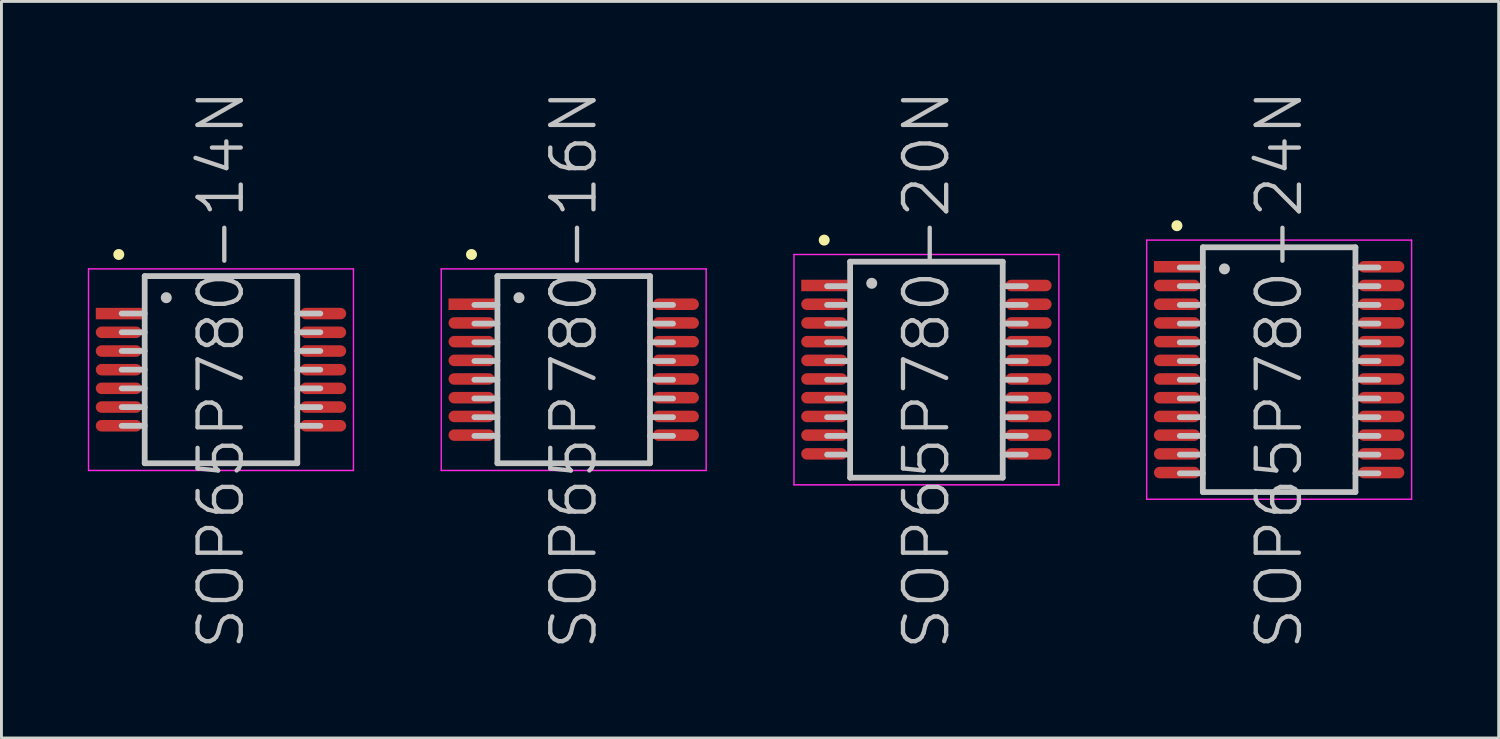
<source format=kicad_pcb>
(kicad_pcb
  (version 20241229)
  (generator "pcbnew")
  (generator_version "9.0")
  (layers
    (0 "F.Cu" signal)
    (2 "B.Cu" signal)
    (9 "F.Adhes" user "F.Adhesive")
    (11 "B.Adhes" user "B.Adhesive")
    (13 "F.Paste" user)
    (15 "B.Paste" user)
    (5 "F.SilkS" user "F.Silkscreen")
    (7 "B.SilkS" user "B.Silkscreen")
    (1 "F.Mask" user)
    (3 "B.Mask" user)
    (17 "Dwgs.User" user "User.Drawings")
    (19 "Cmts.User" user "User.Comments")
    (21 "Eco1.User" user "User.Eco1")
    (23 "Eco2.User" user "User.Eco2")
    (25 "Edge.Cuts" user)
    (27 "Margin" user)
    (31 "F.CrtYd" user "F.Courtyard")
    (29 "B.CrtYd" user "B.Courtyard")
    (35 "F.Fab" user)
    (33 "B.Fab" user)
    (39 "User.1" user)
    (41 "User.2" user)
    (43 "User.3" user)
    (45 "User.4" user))
  (footprint "SOP65P780-20N"
    (layer "F.Cu")
    (at 29.125 9.789)
    (property "Reference" "SOP65P780-20N" (at 0 0 90) (layer "Dwgs.User") (effects (font (size 1.5 1.5) (thickness 0.15))))
    (attr smd)
    (fp_line (start -3.55 -4.5) (end -3.55 -4.5) (stroke (width 0.381) (type solid)) (layer "F.SilkS"))
    (fp_line (start -2.65 -3.75) (end -2.65 3.75) (stroke (width 0.2) (type solid)) (layer "Dwgs.User"))
    (fp_line (start -2.65 -3.75) (end 2.65 -3.75) (stroke (width 0.2) (type solid)) (layer "Dwgs.User"))
    (fp_line (start -2.65 -2.9) (end -3.45 -2.9) (stroke (width 0.2) (type solid)) (layer "Dwgs.User"))
    (fp_line (start -2.65 -2.25) (end -3.45 -2.25) (stroke (width 0.2) (type solid)) (layer "Dwgs.User"))
    (fp_line (start -2.65 -1.6) (end -3.45 -1.6) (stroke (width 0.2) (type solid)) (layer "Dwgs.User"))
    (fp_line (start -2.65 -0.95) (end -3.45 -0.95) (stroke (width 0.2) (type solid)) (layer "Dwgs.User"))
    (fp_line (start -2.65 -0.3) (end -3.45 -0.3) (stroke (width 0.2) (type solid)) (layer "Dwgs.User"))
    (fp_line (start -2.65 0.35) (end -3.45 0.35) (stroke (width 0.2) (type solid)) (layer "Dwgs.User"))
    (fp_line (start -2.65 1) (end -3.45 1) (stroke (width 0.2) (type solid)) (layer "Dwgs.User"))
    (fp_line (start -2.65 1.65) (end -3.45 1.65) (stroke (width 0.2) (type solid)) (layer "Dwgs.User"))
    (fp_line (start -2.65 2.3) (end -3.45 2.3) (stroke (width 0.2) (type solid)) (layer "Dwgs.User"))
    (fp_line (start -2.65 2.95) (end -3.45 2.95) (stroke (width 0.2) (type solid)) (layer "Dwgs.User"))
    (fp_line (start -2.65 3.75) (end 2.65 3.75) (stroke (width 0.2) (type solid)) (layer "Dwgs.User"))
    (fp_line (start -1.9 -3) (end -1.9 -3) (stroke (width 0.381) (type solid)) (layer "Dwgs.User"))
    (fp_line (start 2.65 -3.75) (end 2.65 3.75) (stroke (width 0.2) (type solid)) (layer "Dwgs.User"))
    (fp_line (start 3.45 -2.9) (end 2.65 -2.9) (stroke (width 0.2) (type solid)) (layer "Dwgs.User"))
    (fp_line (start 3.45 -2.25) (end 2.65 -2.25) (stroke (width 0.2) (type solid)) (layer "Dwgs.User"))
    (fp_line (start 3.45 -1.6) (end 2.65 -1.6) (stroke (width 0.2) (type solid)) (layer "Dwgs.User"))
    (fp_line (start 3.45 -0.95) (end 2.65 -0.95) (stroke (width 0.2) (type solid)) (layer "Dwgs.User"))
    (fp_line (start 3.45 -0.3) (end 2.65 -0.3) (stroke (width 0.2) (type solid)) (layer "Dwgs.User"))
    (fp_line (start 3.45 0.35) (end 2.65 0.35) (stroke (width 0.2) (type solid)) (layer "Dwgs.User"))
    (fp_line (start 3.45 1) (end 2.65 1) (stroke (width 0.2) (type solid)) (layer "Dwgs.User"))
    (fp_line (start 3.45 1.65) (end 2.65 1.65) (stroke (width 0.2) (type solid)) (layer "Dwgs.User"))
    (fp_line (start 3.45 2.3) (end 2.65 2.3) (stroke (width 0.2) (type solid)) (layer "Dwgs.User"))
    (fp_line (start 3.45 2.95) (end 2.65 2.95) (stroke (width 0.2) (type solid)) (layer "Dwgs.User"))
    (fp_line (start -4.6 -4) (end -4.6 4) (stroke (width 0.05) (type solid)) (layer "F.CrtYd"))
    (fp_line (start -4.6 -4) (end 4.6 -4) (stroke (width 0.05) (type solid)) (layer "F.CrtYd"))
    (fp_line (start -4.6 4) (end 4.6 4) (stroke (width 0.05) (type solid)) (layer "F.CrtYd"))
    (fp_line (start 4.6 -4) (end 4.6 4) (stroke (width 0.05) (type solid)) (layer "F.CrtYd"))
    (pad "1" smd rect (at -3.548 -2.924 90) (size 0.4 1.6) (layers "F.Cu" "F.Mask" "F.Paste"))
    (pad "2" smd oval (at -3.548 -2.273 90) (size 0.4 1.6) (layers "F.Cu" "F.Mask" "F.Paste"))
    (pad "3" smd oval (at -3.548 -1.623 90) (size 0.4 1.6) (layers "F.Cu" "F.Mask" "F.Paste"))
    (pad "4" smd oval (at -3.548 -0.973 90) (size 0.4 1.6) (layers "F.Cu" "F.Mask" "F.Paste"))
    (pad "5" smd oval (at -3.548 -0.323 90) (size 0.4 1.6) (layers "F.Cu" "F.Mask" "F.Paste"))
    (pad "6" smd oval (at -3.548 0.323 90) (size 0.4 1.6) (layers "F.Cu" "F.Mask" "F.Paste"))
    (pad "7" smd oval (at -3.548 0.973 90) (size 0.4 1.6) (layers "F.Cu" "F.Mask" "F.Paste"))
    (pad "8" smd oval (at -3.548 1.623 90) (size 0.4 1.6) (layers "F.Cu" "F.Mask" "F.Paste"))
    (pad "9" smd oval (at -3.548 2.273 90) (size 0.4 1.6) (layers "F.Cu" "F.Mask" "F.Paste"))
    (pad "10" smd oval (at -3.548 2.924 90) (size 0.4 1.6) (layers "F.Cu" "F.Mask" "F.Paste"))
    (pad "11" smd oval (at 3.548 2.924 270) (size 0.4 1.6) (layers "F.Cu" "F.Mask" "F.Paste"))
    (pad "12" smd oval (at 3.548 2.273 270) (size 0.4 1.6) (layers "F.Cu" "F.Mask" "F.Paste"))
    (pad "13" smd oval (at 3.548 1.623 270) (size 0.4 1.6) (layers "F.Cu" "F.Mask" "F.Paste"))
    (pad "14" smd oval (at 3.548 0.973 270) (size 0.4 1.6) (layers "F.Cu" "F.Mask" "F.Paste"))
    (pad "15" smd oval (at 3.548 0.323 270) (size 0.4 1.6) (layers "F.Cu" "F.Mask" "F.Paste"))
    (pad "16" smd oval (at 3.548 -0.323 270) (size 0.4 1.6) (layers "F.Cu" "F.Mask" "F.Paste"))
    (pad "17" smd oval (at 3.548 -0.973 270) (size 0.4 1.6) (layers "F.Cu" "F.Mask" "F.Paste"))
    (pad "18" smd oval (at 3.548 -1.623 270) (size 0.4 1.6) (layers "F.Cu" "F.Mask" "F.Paste"))
    (pad "19" smd oval (at 3.548 -2.273 270) (size 0.4 1.6) (layers "F.Cu" "F.Mask" "F.Paste"))
    (pad "20" smd oval (at 3.548 -2.924 270) (size 0.4 1.6) (layers "F.Cu" "F.Mask" "F.Paste")))
  (footprint "SOP65P780-14N"
    (layer "F.Cu")
    (at 4.625 9.789)
    (property "Reference" "SOP65P780-14N" (at 0 0 90) (layer "Dwgs.User") (effects (font (size 1.5 1.5) (thickness 0.15))))
    (attr smd)
    (fp_line (start -3.55 -4) (end -3.55 -4) (stroke (width 0.381) (type solid)) (layer "F.SilkS"))
    (fp_line (start -2.65 -3.25) (end -2.65 3.25) (stroke (width 0.2) (type solid)) (layer "Dwgs.User"))
    (fp_line (start -2.65 -3.25) (end 2.65 -3.25) (stroke (width 0.2) (type solid)) (layer "Dwgs.User"))
    (fp_line (start -2.65 -1.95) (end -3.45 -1.95) (stroke (width 0.2) (type solid)) (layer "Dwgs.User"))
    (fp_line (start -2.65 -1.3) (end -3.45 -1.3) (stroke (width 0.2) (type solid)) (layer "Dwgs.User"))
    (fp_line (start -2.65 -0.65) (end -3.45 -0.65) (stroke (width 0.2) (type solid)) (layer "Dwgs.User"))
    (fp_line (start -2.65 0) (end -3.45 0) (stroke (width 0.2) (type solid)) (layer "Dwgs.User"))
    (fp_line (start -2.65 0.65) (end -3.45 0.65) (stroke (width 0.2) (type solid)) (layer "Dwgs.User"))
    (fp_line (start -2.65 1.3) (end -3.45 1.3) (stroke (width 0.2) (type solid)) (layer "Dwgs.User"))
    (fp_line (start -2.65 1.95) (end -3.45 1.95) (stroke (width 0.2) (type solid)) (layer "Dwgs.User"))
    (fp_line (start -2.65 3.25) (end 2.65 3.25) (stroke (width 0.2) (type solid)) (layer "Dwgs.User"))
    (fp_line (start -1.9 -2.5) (end -1.9 -2.5) (stroke (width 0.381) (type solid)) (layer "Dwgs.User"))
    (fp_line (start 2.65 -3.25) (end 2.65 3.25) (stroke (width 0.2) (type solid)) (layer "Dwgs.User"))
    (fp_line (start 3.45 -1.95) (end 2.65 -1.95) (stroke (width 0.2) (type solid)) (layer "Dwgs.User"))
    (fp_line (start 3.45 -1.3) (end 2.65 -1.3) (stroke (width 0.2) (type solid)) (layer "Dwgs.User"))
    (fp_line (start 3.45 -0.65) (end 2.65 -0.65) (stroke (width 0.2) (type solid)) (layer "Dwgs.User"))
    (fp_line (start 3.45 0) (end 2.65 0) (stroke (width 0.2) (type solid)) (layer "Dwgs.User"))
    (fp_line (start 3.45 0.65) (end 2.65 0.65) (stroke (width 0.2) (type solid)) (layer "Dwgs.User"))
    (fp_line (start 3.45 1.3) (end 2.65 1.3) (stroke (width 0.2) (type solid)) (layer "Dwgs.User"))
    (fp_line (start 3.45 1.95) (end 2.65 1.95) (stroke (width 0.2) (type solid)) (layer "Dwgs.User"))
    (fp_line (start -4.6 -3.5) (end -4.6 3.5) (stroke (width 0.05) (type solid)) (layer "F.CrtYd"))
    (fp_line (start -4.6 -3.5) (end 4.6 -3.5) (stroke (width 0.05) (type solid)) (layer "F.CrtYd"))
    (fp_line (start -4.6 3.5) (end 4.6 3.5) (stroke (width 0.05) (type solid)) (layer "F.CrtYd"))
    (fp_line (start 4.6 -3.5) (end 4.6 3.5) (stroke (width 0.05) (type solid)) (layer "F.CrtYd"))
    (pad "1" smd rect (at -3.548 -1.948 90) (size 0.4 1.6) (layers "F.Cu" "F.Mask" "F.Paste"))
    (pad "2" smd oval (at -3.548 -1.298 90) (size 0.4 1.6) (layers "F.Cu" "F.Mask" "F.Paste"))
    (pad "3" smd oval (at -3.548 -0.648 90) (size 0.4 1.6) (layers "F.Cu" "F.Mask" "F.Paste"))
    (pad "4" smd oval (at -3.548 0 90) (size 0.4 1.6) (layers "F.Cu" "F.Mask" "F.Paste"))
    (pad "5" smd oval (at -3.548 0.648 90) (size 0.4 1.6) (layers "F.Cu" "F.Mask" "F.Paste"))
    (pad "6" smd oval (at -3.548 1.298 90) (size 0.4 1.6) (layers "F.Cu" "F.Mask" "F.Paste"))
    (pad "7" smd oval (at -3.548 1.948 90) (size 0.4 1.6) (layers "F.Cu" "F.Mask" "F.Paste"))
    (pad "8" smd oval (at 3.548 1.948 270) (size 0.4 1.6) (layers "F.Cu" "F.Mask" "F.Paste"))
    (pad "9" smd oval (at 3.548 1.298 270) (size 0.4 1.6) (layers "F.Cu" "F.Mask" "F.Paste"))
    (pad "10" smd oval (at 3.548 0.648 270) (size 0.4 1.6) (layers "F.Cu" "F.Mask" "F.Paste"))
    (pad "11" smd oval (at 3.548 0 270) (size 0.4 1.6) (layers "F.Cu" "F.Mask" "F.Paste"))
    (pad "12" smd oval (at 3.548 -0.648 270) (size 0.4 1.6) (layers "F.Cu" "F.Mask" "F.Paste"))
    (pad "13" smd oval (at 3.548 -1.298 270) (size 0.4 1.6) (layers "F.Cu" "F.Mask" "F.Paste"))
    (pad "14" smd oval (at 3.548 -1.948 270) (size 0.4 1.6) (layers "F.Cu" "F.Mask" "F.Paste")))
  (footprint "SOP65P780-24N"
    (layer "F.Cu")
    (at 41.375 9.789)
    (property "Reference" "SOP65P780-24N" (at 0 0 90) (layer "Dwgs.User") (effects (font (size 1.5 1.5) (thickness 0.15))))
    (attr smd)
    (fp_line (start -3.55 -5) (end -3.55 -5) (stroke (width 0.381) (type solid)) (layer "F.SilkS"))
    (fp_line (start -2.65 -4.25) (end -2.65 4.25) (stroke (width 0.2) (type solid)) (layer "Dwgs.User"))
    (fp_line (start -2.65 -4.25) (end 2.65 -4.25) (stroke (width 0.2) (type solid)) (layer "Dwgs.User"))
    (fp_line (start -2.65 -3.55) (end -3.45 -3.55) (stroke (width 0.2) (type solid)) (layer "Dwgs.User"))
    (fp_line (start -2.65 -2.9) (end -3.45 -2.9) (stroke (width 0.2) (type solid)) (layer "Dwgs.User"))
    (fp_line (start -2.65 -2.25) (end -3.45 -2.25) (stroke (width 0.2) (type solid)) (layer "Dwgs.User"))
    (fp_line (start -2.65 -1.6) (end -3.45 -1.6) (stroke (width 0.2) (type solid)) (layer "Dwgs.User"))
    (fp_line (start -2.65 -0.95) (end -3.45 -0.95) (stroke (width 0.2) (type solid)) (layer "Dwgs.User"))
    (fp_line (start -2.65 -0.3) (end -3.45 -0.3) (stroke (width 0.2) (type solid)) (layer "Dwgs.User"))
    (fp_line (start -2.65 0.35) (end -3.45 0.35) (stroke (width 0.2) (type solid)) (layer "Dwgs.User"))
    (fp_line (start -2.65 1) (end -3.45 1) (stroke (width 0.2) (type solid)) (layer "Dwgs.User"))
    (fp_line (start -2.65 1.65) (end -3.45 1.65) (stroke (width 0.2) (type solid)) (layer "Dwgs.User"))
    (fp_line (start -2.65 2.3) (end -3.45 2.3) (stroke (width 0.2) (type solid)) (layer "Dwgs.User"))
    (fp_line (start -2.65 2.95) (end -3.45 2.95) (stroke (width 0.2) (type solid)) (layer "Dwgs.User"))
    (fp_line (start -2.65 3.6) (end -3.45 3.6) (stroke (width 0.2) (type solid)) (layer "Dwgs.User"))
    (fp_line (start -2.65 4.25) (end 2.65 4.25) (stroke (width 0.2) (type solid)) (layer "Dwgs.User"))
    (fp_line (start -1.9 -3.5) (end -1.9 -3.5) (stroke (width 0.381) (type solid)) (layer "Dwgs.User"))
    (fp_line (start 2.65 -4.25) (end 2.65 4.25) (stroke (width 0.2) (type solid)) (layer "Dwgs.User"))
    (fp_line (start 3.45 -3.55) (end 2.65 -3.55) (stroke (width 0.2) (type solid)) (layer "Dwgs.User"))
    (fp_line (start 3.45 -2.9) (end 2.65 -2.9) (stroke (width 0.2) (type solid)) (layer "Dwgs.User"))
    (fp_line (start 3.45 -2.25) (end 2.65 -2.25) (stroke (width 0.2) (type solid)) (layer "Dwgs.User"))
    (fp_line (start 3.45 -1.6) (end 2.65 -1.6) (stroke (width 0.2) (type solid)) (layer "Dwgs.User"))
    (fp_line (start 3.45 -0.95) (end 2.65 -0.95) (stroke (width 0.2) (type solid)) (layer "Dwgs.User"))
    (fp_line (start 3.45 -0.3) (end 2.65 -0.3) (stroke (width 0.2) (type solid)) (layer "Dwgs.User"))
    (fp_line (start 3.45 0.35) (end 2.65 0.35) (stroke (width 0.2) (type solid)) (layer "Dwgs.User"))
    (fp_line (start 3.45 1) (end 2.65 1) (stroke (width 0.2) (type solid)) (layer "Dwgs.User"))
    (fp_line (start 3.45 1.65) (end 2.65 1.65) (stroke (width 0.2) (type solid)) (layer "Dwgs.User"))
    (fp_line (start 3.45 2.3) (end 2.65 2.3) (stroke (width 0.2) (type solid)) (layer "Dwgs.User"))
    (fp_line (start 3.45 2.95) (end 2.65 2.95) (stroke (width 0.2) (type solid)) (layer "Dwgs.User"))
    (fp_line (start 3.45 3.6) (end 2.65 3.6) (stroke (width 0.2) (type solid)) (layer "Dwgs.User"))
    (fp_line (start -4.6 -4.5) (end -4.6 4.5) (stroke (width 0.05) (type solid)) (layer "F.CrtYd"))
    (fp_line (start -4.6 -4.5) (end 4.6 -4.5) (stroke (width 0.05) (type solid)) (layer "F.CrtYd"))
    (fp_line (start -4.6 4.5) (end 4.6 4.5) (stroke (width 0.05) (type solid)) (layer "F.CrtYd"))
    (fp_line (start 4.6 -4.5) (end 4.6 4.5) (stroke (width 0.05) (type solid)) (layer "F.CrtYd"))
    (pad "1" smd rect (at -3.548 -3.574 90) (size 0.4 1.6) (layers "F.Cu" "F.Mask" "F.Paste"))
    (pad "2" smd oval (at -3.548 -2.924 90) (size 0.4 1.6) (layers "F.Cu" "F.Mask" "F.Paste"))
    (pad "3" smd oval (at -3.548 -2.273 90) (size 0.4 1.6) (layers "F.Cu" "F.Mask" "F.Paste"))
    (pad "4" smd oval (at -3.548 -1.623 90) (size 0.4 1.6) (layers "F.Cu" "F.Mask" "F.Paste"))
    (pad "5" smd oval (at -3.548 -0.973 90) (size 0.4 1.6) (layers "F.Cu" "F.Mask" "F.Paste"))
    (pad "6" smd oval (at -3.548 -0.323 90) (size 0.4 1.6) (layers "F.Cu" "F.Mask" "F.Paste"))
    (pad "7" smd oval (at -3.548 0.323 90) (size 0.4 1.6) (layers "F.Cu" "F.Mask" "F.Paste"))
    (pad "8" smd oval (at -3.548 0.973 90) (size 0.4 1.6) (layers "F.Cu" "F.Mask" "F.Paste"))
    (pad "9" smd oval (at -3.548 1.623 90) (size 0.4 1.6) (layers "F.Cu" "F.Mask" "F.Paste"))
    (pad "10" smd oval (at -3.548 2.273 90) (size 0.4 1.6) (layers "F.Cu" "F.Mask" "F.Paste"))
    (pad "11" smd oval (at -3.548 2.924 90) (size 0.4 1.6) (layers "F.Cu" "F.Mask" "F.Paste"))
    (pad "12" smd oval (at -3.548 3.574 90) (size 0.4 1.6) (layers "F.Cu" "F.Mask" "F.Paste"))
    (pad "13" smd oval (at 3.548 3.574 270) (size 0.4 1.6) (layers "F.Cu" "F.Mask" "F.Paste"))
    (pad "14" smd oval (at 3.548 2.924 270) (size 0.4 1.6) (layers "F.Cu" "F.Mask" "F.Paste"))
    (pad "15" smd oval (at 3.548 2.273 270) (size 0.4 1.6) (layers "F.Cu" "F.Mask" "F.Paste"))
    (pad "16" smd oval (at 3.548 1.623 270) (size 0.4 1.6) (layers "F.Cu" "F.Mask" "F.Paste"))
    (pad "17" smd oval (at 3.548 0.973 270) (size 0.4 1.6) (layers "F.Cu" "F.Mask" "F.Paste"))
    (pad "18" smd oval (at 3.548 0.323 270) (size 0.4 1.6) (layers "F.Cu" "F.Mask" "F.Paste"))
    (pad "19" smd oval (at 3.548 -0.323 270) (size 0.4 1.6) (layers "F.Cu" "F.Mask" "F.Paste"))
    (pad "20" smd oval (at 3.548 -0.973 270) (size 0.4 1.6) (layers "F.Cu" "F.Mask" "F.Paste"))
    (pad "21" smd oval (at 3.548 -1.623 270) (size 0.4 1.6) (layers "F.Cu" "F.Mask" "F.Paste"))
    (pad "22" smd oval (at 3.548 -2.273 270) (size 0.4 1.6) (layers "F.Cu" "F.Mask" "F.Paste"))
    (pad "23" smd oval (at 3.548 -2.924 270) (size 0.4 1.6) (layers "F.Cu" "F.Mask" "F.Paste"))
    (pad "24" smd oval (at 3.548 -3.574 270) (size 0.4 1.6) (layers "F.Cu" "F.Mask" "F.Paste")))
  (footprint "SOP65P780-16N"
    (layer "F.Cu")
    (at 16.875 9.789)
    (property "Reference" "SOP65P780-16N" (at 0 0 90) (layer "Dwgs.User") (effects (font (size 1.5 1.5) (thickness 0.15))))
    (attr smd)
    (fp_line (start -3.55 -4) (end -3.55 -4) (stroke (width 0.381) (type solid)) (layer "F.SilkS"))
    (fp_line (start -2.65 -3.25) (end -2.65 3.25) (stroke (width 0.2) (type solid)) (layer "Dwgs.User"))
    (fp_line (start -2.65 -3.25) (end 2.65 -3.25) (stroke (width 0.2) (type solid)) (layer "Dwgs.User"))
    (fp_line (start -2.65 -2.25) (end -3.45 -2.25) (stroke (width 0.2) (type solid)) (layer "Dwgs.User"))
    (fp_line (start -2.65 -1.6) (end -3.45 -1.6) (stroke (width 0.2) (type solid)) (layer "Dwgs.User"))
    (fp_line (start -2.65 -0.95) (end -3.45 -0.95) (stroke (width 0.2) (type solid)) (layer "Dwgs.User"))
    (fp_line (start -2.65 -0.3) (end -3.45 -0.3) (stroke (width 0.2) (type solid)) (layer "Dwgs.User"))
    (fp_line (start -2.65 0.35) (end -3.45 0.35) (stroke (width 0.2) (type solid)) (layer "Dwgs.User"))
    (fp_line (start -2.65 1) (end -3.45 1) (stroke (width 0.2) (type solid)) (layer "Dwgs.User"))
    (fp_line (start -2.65 1.65) (end -3.45 1.65) (stroke (width 0.2) (type solid)) (layer "Dwgs.User"))
    (fp_line (start -2.65 2.3) (end -3.45 2.3) (stroke (width 0.2) (type solid)) (layer "Dwgs.User"))
    (fp_line (start -2.65 3.25) (end 2.65 3.25) (stroke (width 0.2) (type solid)) (layer "Dwgs.User"))
    (fp_line (start -1.9 -2.5) (end -1.9 -2.5) (stroke (width 0.381) (type solid)) (layer "Dwgs.User"))
    (fp_line (start 2.65 -3.25) (end 2.65 3.25) (stroke (width 0.2) (type solid)) (layer "Dwgs.User"))
    (fp_line (start 3.45 -2.25) (end 2.65 -2.25) (stroke (width 0.2) (type solid)) (layer "Dwgs.User"))
    (fp_line (start 3.45 -1.6) (end 2.65 -1.6) (stroke (width 0.2) (type solid)) (layer "Dwgs.User"))
    (fp_line (start 3.45 -0.95) (end 2.65 -0.95) (stroke (width 0.2) (type solid)) (layer "Dwgs.User"))
    (fp_line (start 3.45 -0.3) (end 2.65 -0.3) (stroke (width 0.2) (type solid)) (layer "Dwgs.User"))
    (fp_line (start 3.45 0.35) (end 2.65 0.35) (stroke (width 0.2) (type solid)) (layer "Dwgs.User"))
    (fp_line (start 3.45 1) (end 2.65 1) (stroke (width 0.2) (type solid)) (layer "Dwgs.User"))
    (fp_line (start 3.45 1.65) (end 2.65 1.65) (stroke (width 0.2) (type solid)) (layer "Dwgs.User"))
    (fp_line (start 3.45 2.3) (end 2.65 2.3) (stroke (width 0.2) (type solid)) (layer "Dwgs.User"))
    (fp_line (start -4.6 -3.5) (end -4.6 3.5) (stroke (width 0.05) (type solid)) (layer "F.CrtYd"))
    (fp_line (start -4.6 -3.5) (end 4.6 -3.5) (stroke (width 0.05) (type solid)) (layer "F.CrtYd"))
    (fp_line (start -4.6 3.5) (end 4.6 3.5) (stroke (width 0.05) (type solid)) (layer "F.CrtYd"))
    (fp_line (start 4.6 -3.5) (end 4.6 3.5) (stroke (width 0.05) (type solid)) (layer "F.CrtYd"))
    (pad "1" smd rect (at -3.548 -2.273 90) (size 0.4 1.6) (layers "F.Cu" "F.Mask" "F.Paste"))
    (pad "2" smd oval (at -3.548 -1.623 90) (size 0.4 1.6) (layers "F.Cu" "F.Mask" "F.Paste"))
    (pad "3" smd oval (at -3.548 -0.973 90) (size 0.4 1.6) (layers "F.Cu" "F.Mask" "F.Paste"))
    (pad "4" smd oval (at -3.548 -0.323 90) (size 0.4 1.6) (layers "F.Cu" "F.Mask" "F.Paste"))
    (pad "5" smd oval (at -3.548 0.323 90) (size 0.4 1.6) (layers "F.Cu" "F.Mask" "F.Paste"))
    (pad "6" smd oval (at -3.548 0.973 90) (size 0.4 1.6) (layers "F.Cu" "F.Mask" "F.Paste"))
    (pad "7" smd oval (at -3.548 1.623 90) (size 0.4 1.6) (layers "F.Cu" "F.Mask" "F.Paste"))
    (pad "8" smd oval (at -3.548 2.273 90) (size 0.4 1.6) (layers "F.Cu" "F.Mask" "F.Paste"))
    (pad "9" smd oval (at 3.548 2.273 270) (size 0.4 1.6) (layers "F.Cu" "F.Mask" "F.Paste"))
    (pad "10" smd oval (at 3.548 1.623 270) (size 0.4 1.6) (layers "F.Cu" "F.Mask" "F.Paste"))
    (pad "11" smd oval (at 3.548 0.973 270) (size 0.4 1.6) (layers "F.Cu" "F.Mask" "F.Paste"))
    (pad "12" smd oval (at 3.548 0.323 270) (size 0.4 1.6) (layers "F.Cu" "F.Mask" "F.Paste"))
    (pad "13" smd oval (at 3.548 -0.323 270) (size 0.4 1.6) (layers "F.Cu" "F.Mask" "F.Paste"))
    (pad "14" smd oval (at 3.548 -0.973 270) (size 0.4 1.6) (layers "F.Cu" "F.Mask" "F.Paste"))
    (pad "15" smd oval (at 3.548 -1.623 270) (size 0.4 1.6) (layers "F.Cu" "F.Mask" "F.Paste"))
    (pad "16" smd oval (at 3.548 -2.273 270) (size 0.4 1.6) (layers "F.Cu" "F.Mask" "F.Paste")))
  (gr_rect
    (start -3 -3)
    (end 49 22.579)
    (stroke (width 0.1) (type default))
    (fill no)
    (layer "Edge.Cuts")))
</source>
